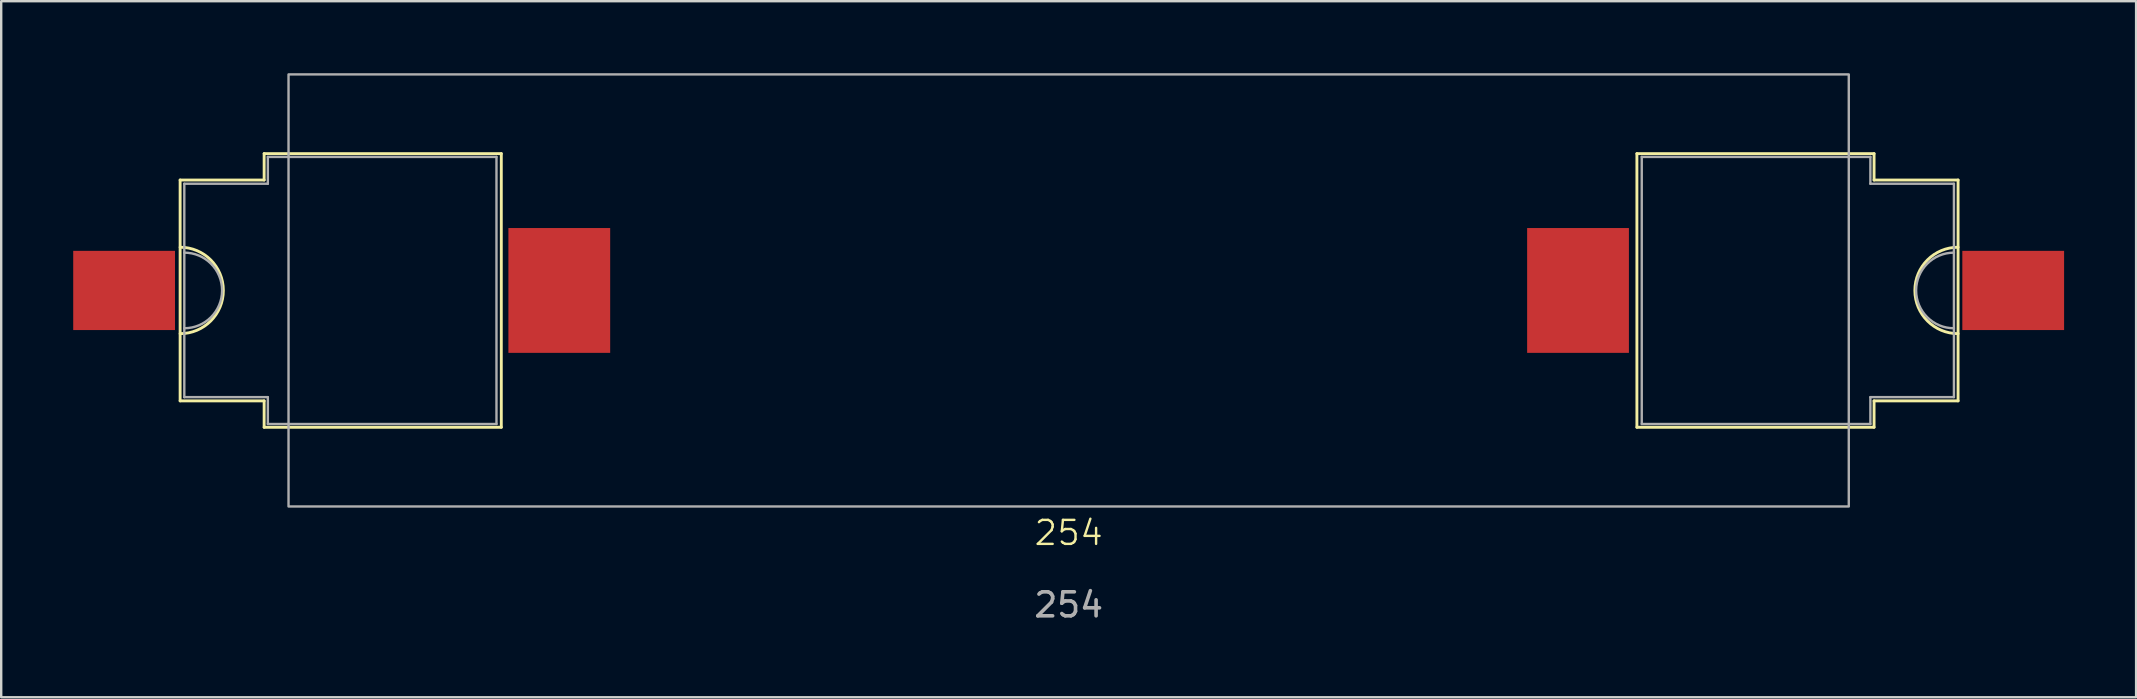
<source format=kicad_pcb>
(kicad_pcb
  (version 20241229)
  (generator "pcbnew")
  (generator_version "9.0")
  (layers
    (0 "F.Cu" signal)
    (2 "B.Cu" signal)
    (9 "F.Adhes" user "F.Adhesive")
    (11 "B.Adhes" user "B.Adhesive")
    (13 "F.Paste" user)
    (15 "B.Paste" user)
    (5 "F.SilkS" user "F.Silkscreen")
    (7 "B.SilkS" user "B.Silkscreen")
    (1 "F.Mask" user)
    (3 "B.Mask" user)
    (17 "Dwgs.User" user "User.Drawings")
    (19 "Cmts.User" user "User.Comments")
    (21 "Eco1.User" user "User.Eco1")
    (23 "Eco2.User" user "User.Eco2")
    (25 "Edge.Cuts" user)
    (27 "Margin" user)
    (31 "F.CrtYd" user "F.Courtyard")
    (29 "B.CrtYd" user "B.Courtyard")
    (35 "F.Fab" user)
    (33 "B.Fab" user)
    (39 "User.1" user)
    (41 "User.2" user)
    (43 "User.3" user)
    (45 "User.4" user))
  (footprint "254"
    (layer "F.Cu")
    (at 41.47 9.05)
    (property "Reference" "254" (at 0 10.1 0) (unlocked yes) (layer "F.SilkS") (effects (font (size 1 1) (thickness 0.1))))
    (attr smd)
    (fp_line (start -37.016 -4.6) (end -37.016 4.6) (stroke (width 0.12) (type default)) (layer "F.SilkS"))
    (fp_line (start -37.016 4.6) (end -33.516 4.6) (stroke (width 0.12) (type default)) (layer "F.SilkS"))
    (fp_line (start -33.516 -5.7) (end -33.516 -4.6) (stroke (width 0.12) (type default)) (layer "F.SilkS"))
    (fp_line (start -33.516 -4.6) (end -37.016 -4.6) (stroke (width 0.12) (type default)) (layer "F.SilkS"))
    (fp_line (start -33.516 4.6) (end -33.516 5.7) (stroke (width 0.12) (type default)) (layer "F.SilkS"))
    (fp_line (start -33.516 5.7) (end -23.636 5.7) (stroke (width 0.12) (type default)) (layer "F.SilkS"))
    (fp_line (start -23.636 -5.7) (end -33.516 -5.7) (stroke (width 0.12) (type default)) (layer "F.SilkS"))
    (fp_line (start -23.636 5.7) (end -23.636 -5.7) (stroke (width 0.12) (type default)) (layer "F.SilkS"))
    (fp_line (start 23.673 -5.7) (end 23.673 5.7) (stroke (width 0.12) (type default)) (layer "F.SilkS"))
    (fp_line (start 23.673 5.7) (end 33.553 5.7) (stroke (width 0.12) (type default)) (layer "F.SilkS"))
    (fp_line (start 33.553 -5.7) (end 23.673 -5.7) (stroke (width 0.12) (type default)) (layer "F.SilkS"))
    (fp_line (start 33.553 -4.6) (end 33.553 -5.7) (stroke (width 0.12) (type default)) (layer "F.SilkS"))
    (fp_line (start 33.553 4.6) (end 37.053 4.6) (stroke (width 0.12) (type default)) (layer "F.SilkS"))
    (fp_line (start 33.553 5.7) (end 33.553 4.6) (stroke (width 0.12) (type default)) (layer "F.SilkS"))
    (fp_line (start 37.053 -4.6) (end 33.553 -4.6) (stroke (width 0.12) (type default)) (layer "F.SilkS"))
    (fp_line (start 37.053 4.6) (end 37.053 -4.6) (stroke (width 0.12) (type default)) (layer "F.SilkS"))
    (fp_arc (start -37.0155 -1.8) (mid -35.2155 0) (end -37.0155 1.8) (stroke (width 0.12) (type default)) (layer "F.SilkS"))
    (fp_arc (start 37.053 1.8) (mid 35.253 0) (end 37.053 -1.8) (stroke (width 0.12) (type default)) (layer "F.SilkS"))
    (fp_line (start -36.842 -4.445) (end -33.362 -4.445) (stroke (width 0.1) (type default)) (layer "F.Fab"))
    (fp_line (start -36.842 4.445) (end -36.842 -4.445) (stroke (width 0.1) (type default)) (layer "F.Fab"))
    (fp_line (start -36.842 4.445) (end -33.362 4.445) (stroke (width 0.1) (type default)) (layer "F.Fab"))
    (fp_line (start -33.362 -5.563) (end -33.362 -4.445) (stroke (width 0.1) (type default)) (layer "F.Fab"))
    (fp_line (start -33.362 -5.563) (end -23.837 -5.563) (stroke (width 0.1) (type default)) (layer "F.Fab"))
    (fp_line (start -33.362 5.563) (end -33.362 4.445) (stroke (width 0.1) (type default)) (layer "F.Fab"))
    (fp_line (start -33.362 5.563) (end -23.837 5.563) (stroke (width 0.1) (type default)) (layer "F.Fab"))
    (fp_line (start -23.837 5.563) (end -23.837 -5.563) (stroke (width 0.1) (type default)) (layer "F.Fab"))
    (fp_line (start 23.875 -5.563) (end 23.875 5.563) (stroke (width 0.1) (type default)) (layer "F.Fab"))
    (fp_line (start 33.4 -5.563) (end 23.875 -5.563) (stroke (width 0.1) (type default)) (layer "F.Fab"))
    (fp_line (start 33.4 -5.563) (end 33.4 -4.445) (stroke (width 0.1) (type default)) (layer "F.Fab"))
    (fp_line (start 33.4 5.563) (end 23.875 5.563) (stroke (width 0.1) (type default)) (layer "F.Fab"))
    (fp_line (start 33.4 5.563) (end 33.4 4.445) (stroke (width 0.1) (type default)) (layer "F.Fab"))
    (fp_line (start 36.88 -4.445) (end 33.4 -4.445) (stroke (width 0.1) (type default)) (layer "F.Fab"))
    (fp_line (start 36.88 -4.445) (end 36.88 4.445) (stroke (width 0.1) (type default)) (layer "F.Fab"))
    (fp_line (start 36.88 4.445) (end 33.4 4.445) (stroke (width 0.1) (type default)) (layer "F.Fab"))
    (fp_rect (start -32.5 -9) (end 32.5 9) (stroke (width 0.1) (type default)) (fill no) (layer "F.Fab"))
    (fp_arc (start -36.8423 -1.5748) (mid -35.2675 0) (end -36.8423 1.5748) (stroke (width 0.1) (type default)) (layer "F.Fab"))
    (fp_arc (start 36.8798 1.5748) (mid 35.305 0) (end 36.8798 -1.5748) (stroke (width 0.1) (type default)) (layer "F.Fab"))
    (fp_text user "${REFERENCE}" (at 0 13.1 0) (unlocked yes) (layer "F.Fab") (effects (font (size 1 1) (thickness 0.15))))
    (pad "1" smd rect (at -39.35 0) (size 4.24 3.3) (layers "F.Cu" "F.Mask" "F.Paste"))
    (pad "1" smd rect (at -21.22 0) (size 4.24 5.2) (layers "F.Cu" "F.Mask" "F.Paste"))
    (pad "2" smd rect (at 21.22 0) (size 4.24 5.2) (layers "F.Cu" "F.Mask" "F.Paste"))
    (pad "2" smd rect (at 39.35 0) (size 4.24 3.3) (layers "F.Cu" "F.Mask" "F.Paste")))
  (gr_rect
    (start -3 -3)
    (end 85.94 25.998)
    (stroke (width 0.1) (type default))
    (fill no)
    (layer "Edge.Cuts")))
</source>
